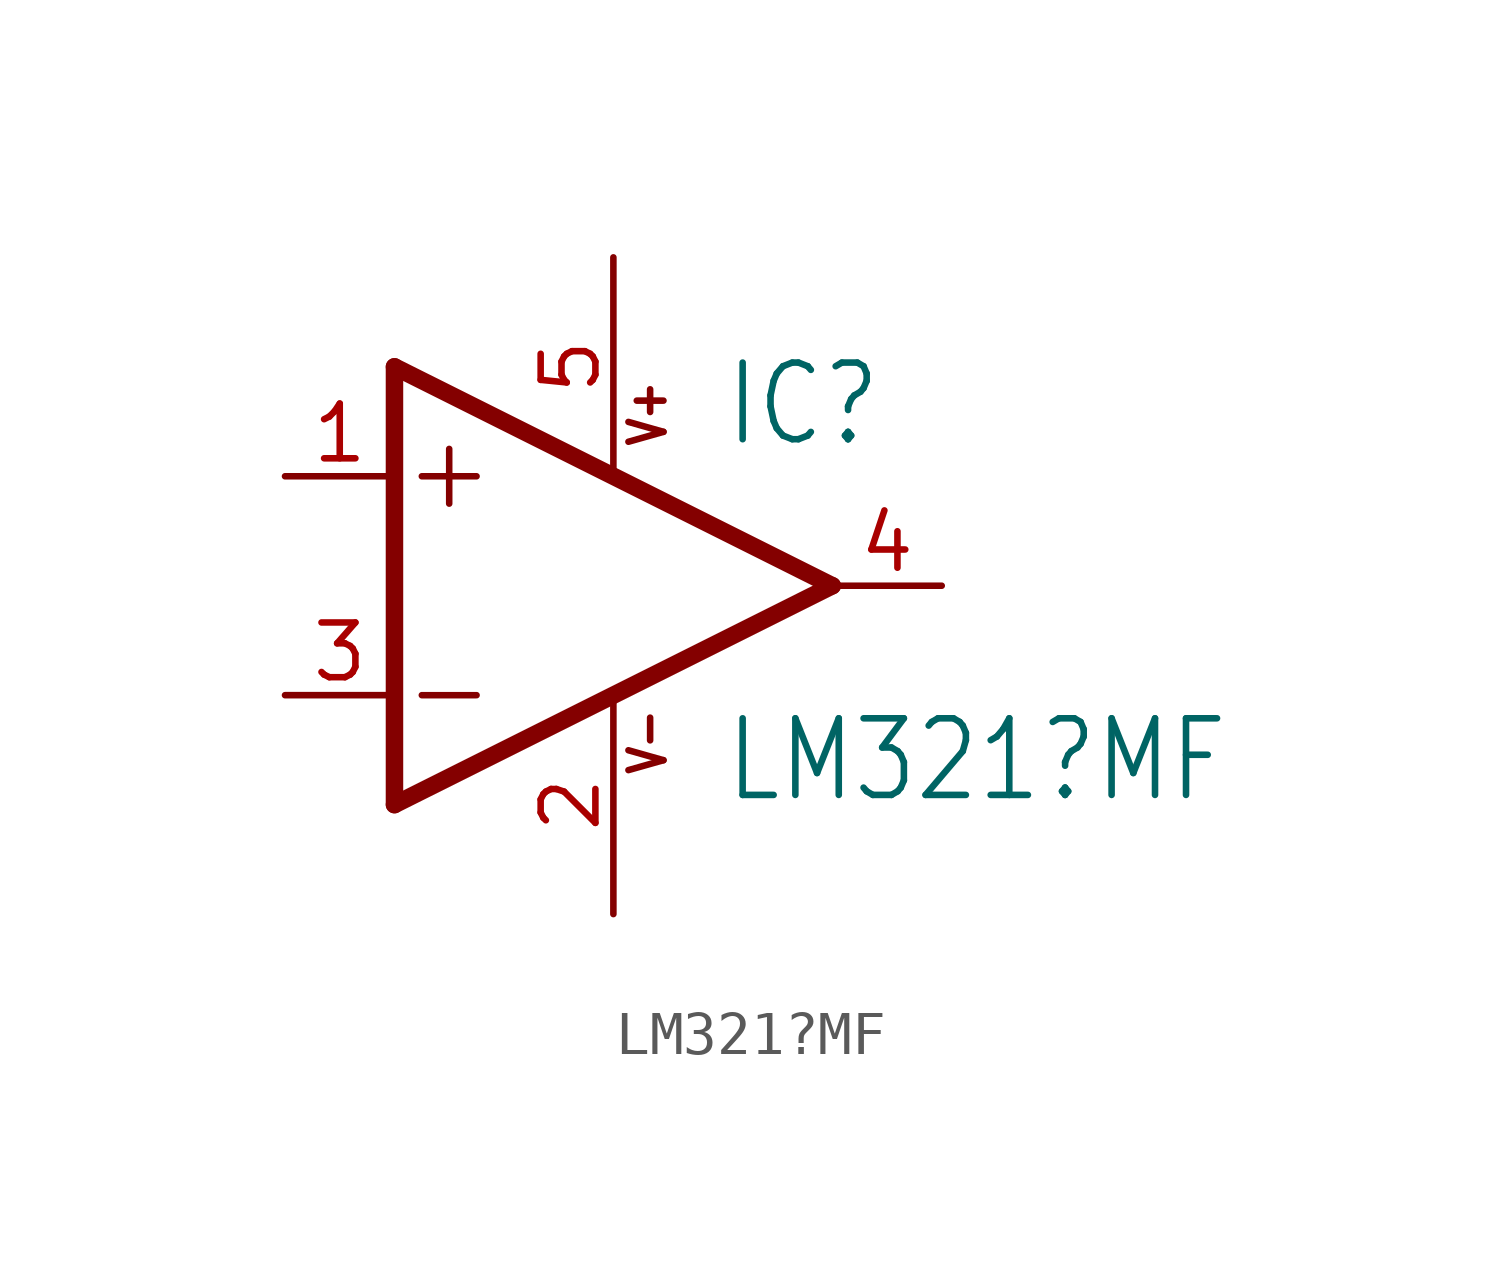
<source format=kicad_sym>
(kicad_symbol_lib
  (version 20211014)
  (generator kicad_symbol_editor)
  (symbol "LM321?MF"
    (property "Reference" "IC"
      (at 2.54 3.175 0)
      (effects (font (size 1.778 1.511)) (justify left bottom)))
    (property "Value" "LM321?MF"
      (at 2.54 -5.08 0)
      (effects (font (size 1.778 1.511)) (justify left bottom)))
    (property "ki_locked" ""
      (at 0 0 0)
      (effects (font (size 1.27 1.27))))
    (symbol "LM321?MF_1_0"
      (polyline (pts (xy -5.08 -5.08) (xy 5.08 0)) (stroke (width 0.406) (type default) (color 0 0 0 0)) (fill (type none)))
      (polyline (pts (xy -5.08 5.08) (xy -5.08 -5.08)) (stroke (width 0.406) (type default) (color 0 0 0 0)) (fill (type none)))
      (polyline (pts (xy -4.445 -2.54) (xy -3.175 -2.54)) (stroke (width 0.152) (type default) (color 0 0 0 0)) (fill (type none)))
      (polyline (pts (xy -4.445 2.54) (xy -3.175 2.54)) (stroke (width 0.152) (type default) (color 0 0 0 0)) (fill (type none)))
      (polyline (pts (xy -3.81 3.175) (xy -3.81 1.905)) (stroke (width 0.152) (type default) (color 0 0 0 0)) (fill (type none)))
      (polyline (pts (xy 5.08 0) (xy -5.08 5.08)) (stroke (width 0.406) (type default) (color 0 0 0 0)) (fill (type none)))
      (text "V+" (at 1.27 3.175 900) (effects (font (size 0.813 0.691)) (justify left bottom)))
      (text "V-" (at 1.27 -4.445 900) (effects (font (size 0.813 0.691)) (justify left bottom)))
      (pin input line (at -7.62 2.54 0) (length 2.54) (name "+IN" (effects (font (size 0 0)))) (number "1" (effects (font (size 1.27 1.27)))))
      (pin power_in line (at 0 -7.62 90) (length 5.08) (name "V-" (effects (font (size 0 0)))) (number "2" (effects (font (size 1.27 1.27)))))
      (pin input line (at -7.62 -2.54 0) (length 2.54) (name "-IN" (effects (font (size 0 0)))) (number "3" (effects (font (size 1.27 1.27)))))
      (pin output line (at 7.62 0 180) (length 2.54) (name "OUT" (effects (font (size 0 0)))) (number "4" (effects (font (size 1.27 1.27)))))
      (pin power_in line (at 0 7.62 270) (length 5.08) (name "V+" (effects (font (size 0 0)))) (number "5" (effects (font (size 1.27 1.27))))))))
</source>
